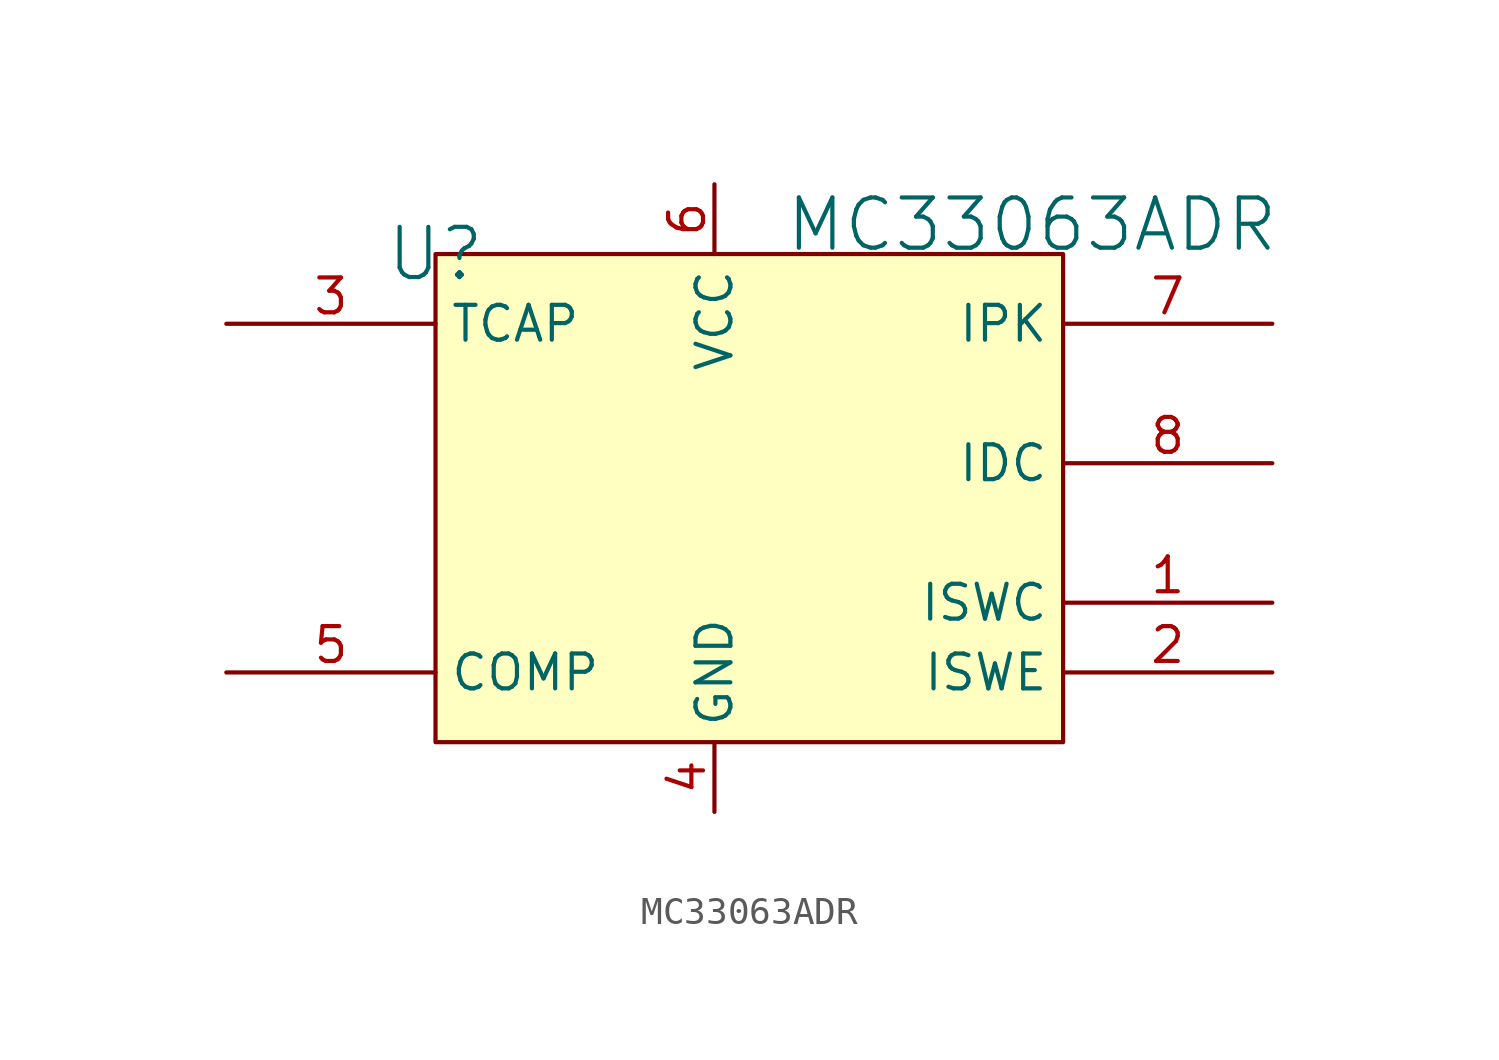
<source format=kicad_sym>
(kicad_symbol_lib
  (version 20241209)
  (generator "kicad_symbol_editor")
  (generator_version "9.0")
  (symbol "MC33063ADR"
    (property "Reference" "U"
      (at 0 0 0)
      (effects (font (size 1.829 1.829))))
    (property "Value" "MC33063ADR"
      (at 12.7 0 0)
      (effects (font (size 1.829 1.829)) (justify left bottom)))
    (symbol "MC33063ADR_1_0"
      (rectangle (start 22.86 0) (end 0 -17.78) (stroke (width 0) (type solid) (color 128 0 0 1)) (fill (type background)))
      (pin passive line (at -7.62 -2.54 0) (length 7.62) (name "TCAP" (effects (font (size 1.27 1.27)))) (number "3" (effects (font (size 1.27 1.27)))))
      (pin input line (at -7.62 -15.24 0) (length 7.62) (name "COMP" (effects (font (size 1.27 1.27)))) (number "5" (effects (font (size 1.27 1.27)))))
      (pin passive line (at 10.16 2.54 270) (length 2.54) (name "VCC" (effects (font (size 1.27 1.27)))) (number "6" (effects (font (size 1.27 1.27)))))
      (pin passive line (at 10.16 -20.32 90) (length 2.54) (name "GND" (effects (font (size 1.27 1.27)))) (number "4" (effects (font (size 1.27 1.27)))))
      (pin passive line (at 30.48 -2.54 180) (length 7.62) (name "IPK" (effects (font (size 1.27 1.27)))) (number "7" (effects (font (size 1.27 1.27)))))
      (pin passive line (at 30.48 -7.62 180) (length 7.62) (name "IDC" (effects (font (size 1.27 1.27)))) (number "8" (effects (font (size 1.27 1.27)))))
      (pin output line (at 30.48 -12.7 180) (length 7.62) (name "ISWC" (effects (font (size 1.27 1.27)))) (number "1" (effects (font (size 1.27 1.27)))))
      (pin output line (at 30.48 -15.24 180) (length 7.62) (name "ISWE" (effects (font (size 1.27 1.27)))) (number "2" (effects (font (size 1.27 1.27))))))))
</source>
